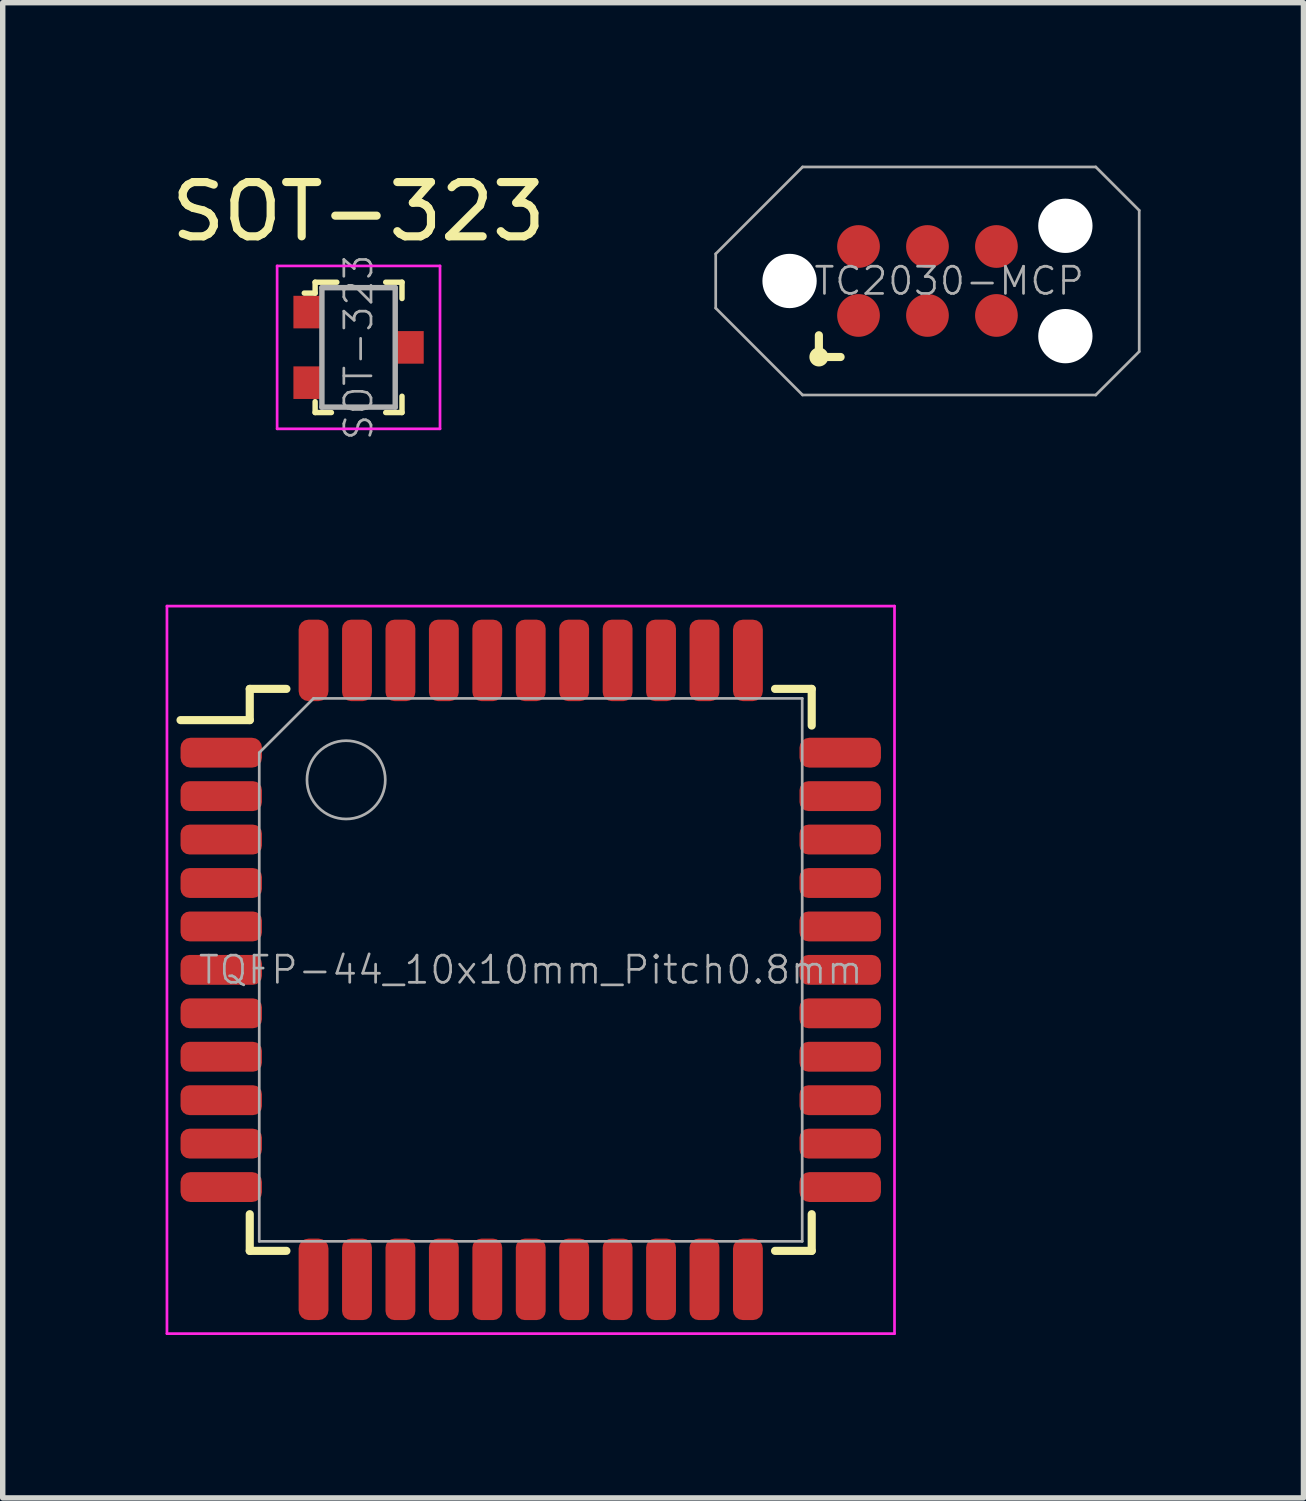
<source format=kicad_pcb>
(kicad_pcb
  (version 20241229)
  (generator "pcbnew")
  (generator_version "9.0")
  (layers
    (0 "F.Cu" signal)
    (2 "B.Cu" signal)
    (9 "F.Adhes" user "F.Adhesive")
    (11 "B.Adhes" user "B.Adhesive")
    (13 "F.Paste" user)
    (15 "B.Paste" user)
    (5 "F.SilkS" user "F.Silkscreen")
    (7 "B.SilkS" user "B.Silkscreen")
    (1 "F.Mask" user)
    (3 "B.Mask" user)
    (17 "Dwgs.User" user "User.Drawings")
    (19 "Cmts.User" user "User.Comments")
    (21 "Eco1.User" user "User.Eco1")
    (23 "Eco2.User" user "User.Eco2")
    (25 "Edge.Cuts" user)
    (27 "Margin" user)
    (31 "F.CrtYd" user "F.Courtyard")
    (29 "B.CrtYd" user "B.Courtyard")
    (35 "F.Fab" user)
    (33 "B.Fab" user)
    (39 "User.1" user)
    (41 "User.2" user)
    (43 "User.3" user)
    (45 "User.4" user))
  (footprint "SOT-323"
    (layer "F.Cu")
    (at 3.554 3.348)
    (property "Reference" "SOT-323" (at 0 -2.5 0) (layer "F.SilkS") (effects (font (size 1 1) (thickness 0.15))))
    (attr through_hole)
    (fp_line (start -0.8 -1.2) (end -0.8 -1) (stroke (width 0.1) (type solid)) (layer "F.SilkS"))
    (fp_line (start -0.8 -1) (end -1 -1) (stroke (width 0.1) (type solid)) (layer "F.SilkS"))
    (fp_line (start -0.8 1) (end -0.8 1.2) (stroke (width 0.1) (type solid)) (layer "F.SilkS"))
    (fp_line (start -0.8 1.2) (end -0.5 1.2) (stroke (width 0.1) (type solid)) (layer "F.SilkS"))
    (fp_line (start -0.4 -1.2) (end -0.8 -1.2) (stroke (width 0.1) (type solid)) (layer "F.SilkS"))
    (fp_line (start 0.5 -1.2) (end 0.8 -1.2) (stroke (width 0.1) (type solid)) (layer "F.SilkS"))
    (fp_line (start 0.5 1.2) (end 0.8 1.2) (stroke (width 0.1) (type solid)) (layer "F.SilkS"))
    (fp_line (start 0.8 -1.2) (end 0.8 -0.9) (stroke (width 0.1) (type solid)) (layer "F.SilkS"))
    (fp_line (start 0.8 1.2) (end 0.8 0.9) (stroke (width 0.1) (type solid)) (layer "F.SilkS"))
    (fp_line (start -1.5 -1.5) (end -1.5 1.5) (stroke (width 0.05) (type solid)) (layer "F.CrtYd"))
    (fp_line (start -1.5 -1.5) (end 1.5 -1.5) (stroke (width 0.05) (type solid)) (layer "F.CrtYd"))
    (fp_line (start -1.5 1.5) (end 1.5 1.5) (stroke (width 0.05) (type solid)) (layer "F.CrtYd"))
    (fp_line (start 1.5 -1.5) (end 1.5 1.5) (stroke (width 0.05) (type solid)) (layer "F.CrtYd"))
    (fp_line (start -0.675 -1.1) (end -0.675 1.1) (stroke (width 0.1) (type solid)) (layer "F.Fab"))
    (fp_line (start -0.675 -1.1) (end 0.675 -1.1) (stroke (width 0.1) (type solid)) (layer "F.Fab"))
    (fp_line (start -0.675 1.1) (end 0.675 1.1) (stroke (width 0.1) (type solid)) (layer "F.Fab"))
    (fp_line (start 0.675 -1.1) (end 0.675 1.1) (stroke (width 0.1) (type solid)) (layer "F.Fab"))
    (fp_text user "${REFERENCE}" (at 0 0 90) (layer "F.Fab") (effects (font (size 0.5 0.5) (thickness 0.05))))
    (pad "1" smd rect (at -0.925 -0.65) (size 0.55 0.6) (layers "F.Cu" "F.Mask" "F.Paste"))
    (pad "2" smd rect (at -0.925 0.65) (size 0.55 0.6) (layers "F.Cu" "F.Mask" "F.Paste"))
    (pad "3" smd rect (at 0.925 0) (size 0.55 0.6) (layers "F.Cu" "F.Mask" "F.Paste")))
  (footprint "TC2030-MCP"
    (layer "F.Cu")
    (at 14.032 2.125)
    (property "Reference" "TC2030-MCP" (at 0.4 0 180) (layer "F.Fab") (effects (font (size 0.5 0.5) (thickness 0.05))))
    (attr through_hole)
    (fp_line (start -2 1) (end -2 1.4) (stroke (width 0.15) (type solid)) (layer "F.SilkS"))
    (fp_line (start -2 1.4) (end -1.6 1.4) (stroke (width 0.15) (type solid)) (layer "F.SilkS"))
    (fp_circle (center -2 1.4) (end -1.9 1.4) (stroke (width 0.15) (type solid)) (fill no) (layer "F.SilkS"))
    (fp_line (start -3.9 -0.5) (end -2.3 -2.1) (stroke (width 0.05) (type solid)) (layer "F.Fab"))
    (fp_line (start -3.9 0.5) (end -3.9 -0.5) (stroke (width 0.05) (type solid)) (layer "F.Fab"))
    (fp_line (start -2.3 -2.1) (end 3.1 -2.1) (stroke (width 0.05) (type solid)) (layer "F.Fab"))
    (fp_line (start -2.3 2.1) (end -3.9 0.5) (stroke (width 0.05) (type solid)) (layer "F.Fab"))
    (fp_line (start 3.1 2.1) (end -2.3 2.1) (stroke (width 0.05) (type solid)) (layer "F.Fab"))
    (fp_line (start 3.9 -1.3) (end 3.1 -2.1) (stroke (width 0.05) (type solid)) (layer "F.Fab"))
    (fp_line (start 3.9 -1.3) (end 3.9 1.3) (stroke (width 0.05) (type solid)) (layer "F.Fab"))
    (fp_line (start 3.9 1.3) (end 3.1 2.1) (stroke (width 0.05) (type solid)) (layer "F.Fab"))
    (pad "" np_thru_hole circle (at -2.54 0) (size 1 1) (drill 1) (layers "*.Cu" "*.Mask"))
    (pad "" np_thru_hole circle (at 2.54 -1.016) (size 1 1) (drill 1) (layers "*.Cu" "*.Mask"))
    (pad "" np_thru_hole circle (at 2.54 1.016) (size 1 1) (drill 1) (layers "*.Cu" "*.Mask"))
    (pad "1" smd circle (at -1.27 0.635) (size 0.787 0.787) (layers "F.Cu" "F.Mask"))
    (pad "2" smd circle (at -1.27 -0.635) (size 0.787 0.787) (layers "F.Cu" "F.Mask"))
    (pad "3" smd circle (at 0 0.635) (size 0.787 0.787) (layers "F.Cu" "F.Mask"))
    (pad "4" smd circle (at 0 -0.635) (size 0.787 0.787) (layers "F.Cu" "F.Mask"))
    (pad "5" smd circle (at 1.27 0.635) (size 0.787 0.787) (layers "F.Cu" "F.Mask"))
    (pad "6" smd circle (at 1.27 -0.635) (size 0.787 0.787) (layers "F.Cu" "F.Mask")))
  (footprint "TQFP-44_10x10mm_Pitch0.8mm"
    (layer "F.Cu")
    (at 6.725 14.813)
    (property "Reference" "TQFP-44_10x10mm_Pitch0.8mm" (at 0 0 0) (layer "F.Fab") (effects (font (size 0.5 0.5) (thickness 0.05))))
    (attr smd)
    (fp_line (start -5.175 -5.175) (end -5.175 -4.6) (stroke (width 0.15) (type solid)) (layer "F.SilkS"))
    (fp_line (start -5.175 -5.175) (end -4.5 -5.175) (stroke (width 0.15) (type solid)) (layer "F.SilkS"))
    (fp_line (start -5.175 -4.6) (end -6.45 -4.6) (stroke (width 0.15) (type solid)) (layer "F.SilkS"))
    (fp_line (start -5.175 5.175) (end -5.175 4.5) (stroke (width 0.15) (type solid)) (layer "F.SilkS"))
    (fp_line (start -5.175 5.175) (end -4.5 5.175) (stroke (width 0.15) (type solid)) (layer "F.SilkS"))
    (fp_line (start 5.175 -5.175) (end 4.5 -5.175) (stroke (width 0.15) (type solid)) (layer "F.SilkS"))
    (fp_line (start 5.175 -5.175) (end 5.175 -4.5) (stroke (width 0.15) (type solid)) (layer "F.SilkS"))
    (fp_line (start 5.175 5.175) (end 4.5 5.175) (stroke (width 0.15) (type solid)) (layer "F.SilkS"))
    (fp_line (start 5.175 5.175) (end 5.175 4.5) (stroke (width 0.15) (type solid)) (layer "F.SilkS"))
    (fp_line (start -6.7 -6.7) (end -6.7 6.7) (stroke (width 0.05) (type solid)) (layer "F.CrtYd"))
    (fp_line (start -6.7 -6.7) (end 6.7 -6.7) (stroke (width 0.05) (type solid)) (layer "F.CrtYd"))
    (fp_line (start -6.7 6.7) (end 6.7 6.7) (stroke (width 0.05) (type solid)) (layer "F.CrtYd"))
    (fp_line (start 6.7 -6.7) (end 6.7 6.7) (stroke (width 0.05) (type solid)) (layer "F.CrtYd"))
    (fp_line (start -5 -4) (end -4 -5) (stroke (width 0.05) (type solid)) (layer "F.Fab"))
    (fp_line (start -5 5) (end -5 -4) (stroke (width 0.05) (type solid)) (layer "F.Fab"))
    (fp_line (start -4 -5) (end 5 -5) (stroke (width 0.05) (type solid)) (layer "F.Fab"))
    (fp_line (start 5 -5) (end 5 5) (stroke (width 0.05) (type solid)) (layer "F.Fab"))
    (fp_line (start 5 5) (end -5 5) (stroke (width 0.05) (type solid)) (layer "F.Fab"))
    (fp_circle (center -3.4 -3.5) (end -2.8 -3.1) (stroke (width 0.05) (type solid)) (fill no) (layer "F.Fab"))
    (pad "1" smd roundrect (at -5.7 -4) (size 1.5 0.55) (layers "F.Cu" "F.Mask" "F.Paste") (roundrect_rratio 0.33))
    (pad "2" smd roundrect (at -5.7 -3.2) (size 1.5 0.55) (layers "F.Cu" "F.Mask" "F.Paste") (roundrect_rratio 0.3))
    (pad "3" smd roundrect (at -5.7 -2.4) (size 1.5 0.55) (layers "F.Cu" "F.Mask" "F.Paste") (roundrect_rratio 0.3))
    (pad "4" smd roundrect (at -5.7 -1.6) (size 1.5 0.55) (layers "F.Cu" "F.Mask" "F.Paste") (roundrect_rratio 0.3))
    (pad "5" smd roundrect (at -5.7 -0.8) (size 1.5 0.55) (layers "F.Cu" "F.Mask" "F.Paste") (roundrect_rratio 0.3))
    (pad "6" smd roundrect (at -5.7 0) (size 1.5 0.55) (layers "F.Cu" "F.Mask" "F.Paste") (roundrect_rratio 0.3))
    (pad "7" smd roundrect (at -5.7 0.8) (size 1.5 0.55) (layers "F.Cu" "F.Mask" "F.Paste") (roundrect_rratio 0.3))
    (pad "8" smd roundrect (at -5.7 1.6) (size 1.5 0.55) (layers "F.Cu" "F.Mask" "F.Paste") (roundrect_rratio 0.3))
    (pad "9" smd roundrect (at -5.7 2.4) (size 1.5 0.55) (layers "F.Cu" "F.Mask" "F.Paste") (roundrect_rratio 0.3))
    (pad "10" smd roundrect (at -5.7 3.2) (size 1.5 0.55) (layers "F.Cu" "F.Mask" "F.Paste") (roundrect_rratio 0.3))
    (pad "11" smd roundrect (at -5.7 4) (size 1.5 0.55) (layers "F.Cu" "F.Mask" "F.Paste") (roundrect_rratio 0.33))
    (pad "12" smd roundrect (at -4 5.7 90) (size 1.5 0.55) (layers "F.Cu" "F.Mask" "F.Paste") (roundrect_rratio 0.33))
    (pad "13" smd roundrect (at -3.2 5.7 90) (size 1.5 0.55) (layers "F.Cu" "F.Mask" "F.Paste") (roundrect_rratio 0.3))
    (pad "14" smd roundrect (at -2.4 5.7 90) (size 1.5 0.55) (layers "F.Cu" "F.Mask" "F.Paste") (roundrect_rratio 0.3))
    (pad "15" smd roundrect (at -1.6 5.7 90) (size 1.5 0.55) (layers "F.Cu" "F.Mask" "F.Paste") (roundrect_rratio 0.3))
    (pad "16" smd roundrect (at -0.8 5.7 90) (size 1.5 0.55) (layers "F.Cu" "F.Mask" "F.Paste") (roundrect_rratio 0.3))
    (pad "17" smd roundrect (at 0 5.7 90) (size 1.5 0.55) (layers "F.Cu" "F.Mask" "F.Paste") (roundrect_rratio 0.3))
    (pad "18" smd roundrect (at 0.8 5.7 90) (size 1.5 0.55) (layers "F.Cu" "F.Mask" "F.Paste") (roundrect_rratio 0.3))
    (pad "19" smd roundrect (at 1.6 5.7 90) (size 1.5 0.55) (layers "F.Cu" "F.Mask" "F.Paste") (roundrect_rratio 0.3))
    (pad "20" smd roundrect (at 2.4 5.7 90) (size 1.5 0.55) (layers "F.Cu" "F.Mask" "F.Paste") (roundrect_rratio 0.3))
    (pad "21" smd roundrect (at 3.2 5.7 90) (size 1.5 0.55) (layers "F.Cu" "F.Mask" "F.Paste") (roundrect_rratio 0.3))
    (pad "22" smd roundrect (at 4 5.7 90) (size 1.5 0.55) (layers "F.Cu" "F.Mask" "F.Paste") (roundrect_rratio 0.33))
    (pad "23" smd roundrect (at 5.7 4) (size 1.5 0.55) (layers "F.Cu" "F.Mask" "F.Paste") (roundrect_rratio 0.33))
    (pad "24" smd roundrect (at 5.7 3.2) (size 1.5 0.55) (layers "F.Cu" "F.Mask" "F.Paste") (roundrect_rratio 0.3))
    (pad "25" smd roundrect (at 5.7 2.4) (size 1.5 0.55) (layers "F.Cu" "F.Mask" "F.Paste") (roundrect_rratio 0.3))
    (pad "26" smd roundrect (at 5.7 1.6) (size 1.5 0.55) (layers "F.Cu" "F.Mask" "F.Paste") (roundrect_rratio 0.3))
    (pad "27" smd roundrect (at 5.7 0.8) (size 1.5 0.55) (layers "F.Cu" "F.Mask" "F.Paste") (roundrect_rratio 0.3))
    (pad "28" smd roundrect (at 5.7 0) (size 1.5 0.55) (layers "F.Cu" "F.Mask" "F.Paste") (roundrect_rratio 0.3))
    (pad "29" smd roundrect (at 5.7 -0.8) (size 1.5 0.55) (layers "F.Cu" "F.Mask" "F.Paste") (roundrect_rratio 0.3))
    (pad "30" smd roundrect (at 5.7 -1.6) (size 1.5 0.55) (layers "F.Cu" "F.Mask" "F.Paste") (roundrect_rratio 0.3))
    (pad "31" smd roundrect (at 5.7 -2.4) (size 1.5 0.55) (layers "F.Cu" "F.Mask" "F.Paste") (roundrect_rratio 0.3))
    (pad "32" smd roundrect (at 5.7 -3.2) (size 1.5 0.55) (layers "F.Cu" "F.Mask" "F.Paste") (roundrect_rratio 0.3))
    (pad "33" smd roundrect (at 5.7 -4) (size 1.5 0.55) (layers "F.Cu" "F.Mask" "F.Paste") (roundrect_rratio 0.33))
    (pad "34" smd roundrect (at 4 -5.7 90) (size 1.5 0.55) (layers "F.Cu" "F.Mask" "F.Paste") (roundrect_rratio 0.33))
    (pad "35" smd roundrect (at 3.2 -5.7 90) (size 1.5 0.55) (layers "F.Cu" "F.Mask" "F.Paste") (roundrect_rratio 0.3))
    (pad "36" smd roundrect (at 2.4 -5.7 90) (size 1.5 0.55) (layers "F.Cu" "F.Mask" "F.Paste") (roundrect_rratio 0.3))
    (pad "37" smd roundrect (at 1.6 -5.7 90) (size 1.5 0.55) (layers "F.Cu" "F.Mask" "F.Paste") (roundrect_rratio 0.3))
    (pad "38" smd roundrect (at 0.8 -5.7 90) (size 1.5 0.55) (layers "F.Cu" "F.Mask" "F.Paste") (roundrect_rratio 0.3))
    (pad "39" smd roundrect (at 0 -5.7 90) (size 1.5 0.55) (layers "F.Cu" "F.Mask" "F.Paste") (roundrect_rratio 0.3))
    (pad "40" smd roundrect (at -0.8 -5.7 90) (size 1.5 0.55) (layers "F.Cu" "F.Mask" "F.Paste") (roundrect_rratio 0.3))
    (pad "41" smd roundrect (at -1.6 -5.7 90) (size 1.5 0.55) (layers "F.Cu" "F.Mask" "F.Paste") (roundrect_rratio 0.3))
    (pad "42" smd roundrect (at -2.4 -5.7 90) (size 1.5 0.55) (layers "F.Cu" "F.Mask" "F.Paste") (roundrect_rratio 0.3))
    (pad "43" smd roundrect (at -3.2 -5.7 90) (size 1.5 0.55) (layers "F.Cu" "F.Mask" "F.Paste") (roundrect_rratio 0.3))
    (pad "44" smd roundrect (at -4 -5.7 90) (size 1.5 0.55) (layers "F.Cu" "F.Mask" "F.Paste") (roundrect_rratio 0.33)))
  (gr_rect
    (start -3 -3)
    (end 20.957 24.538)
    (stroke (width 0.1) (type default))
    (fill no)
    (layer "Edge.Cuts")))
</source>
